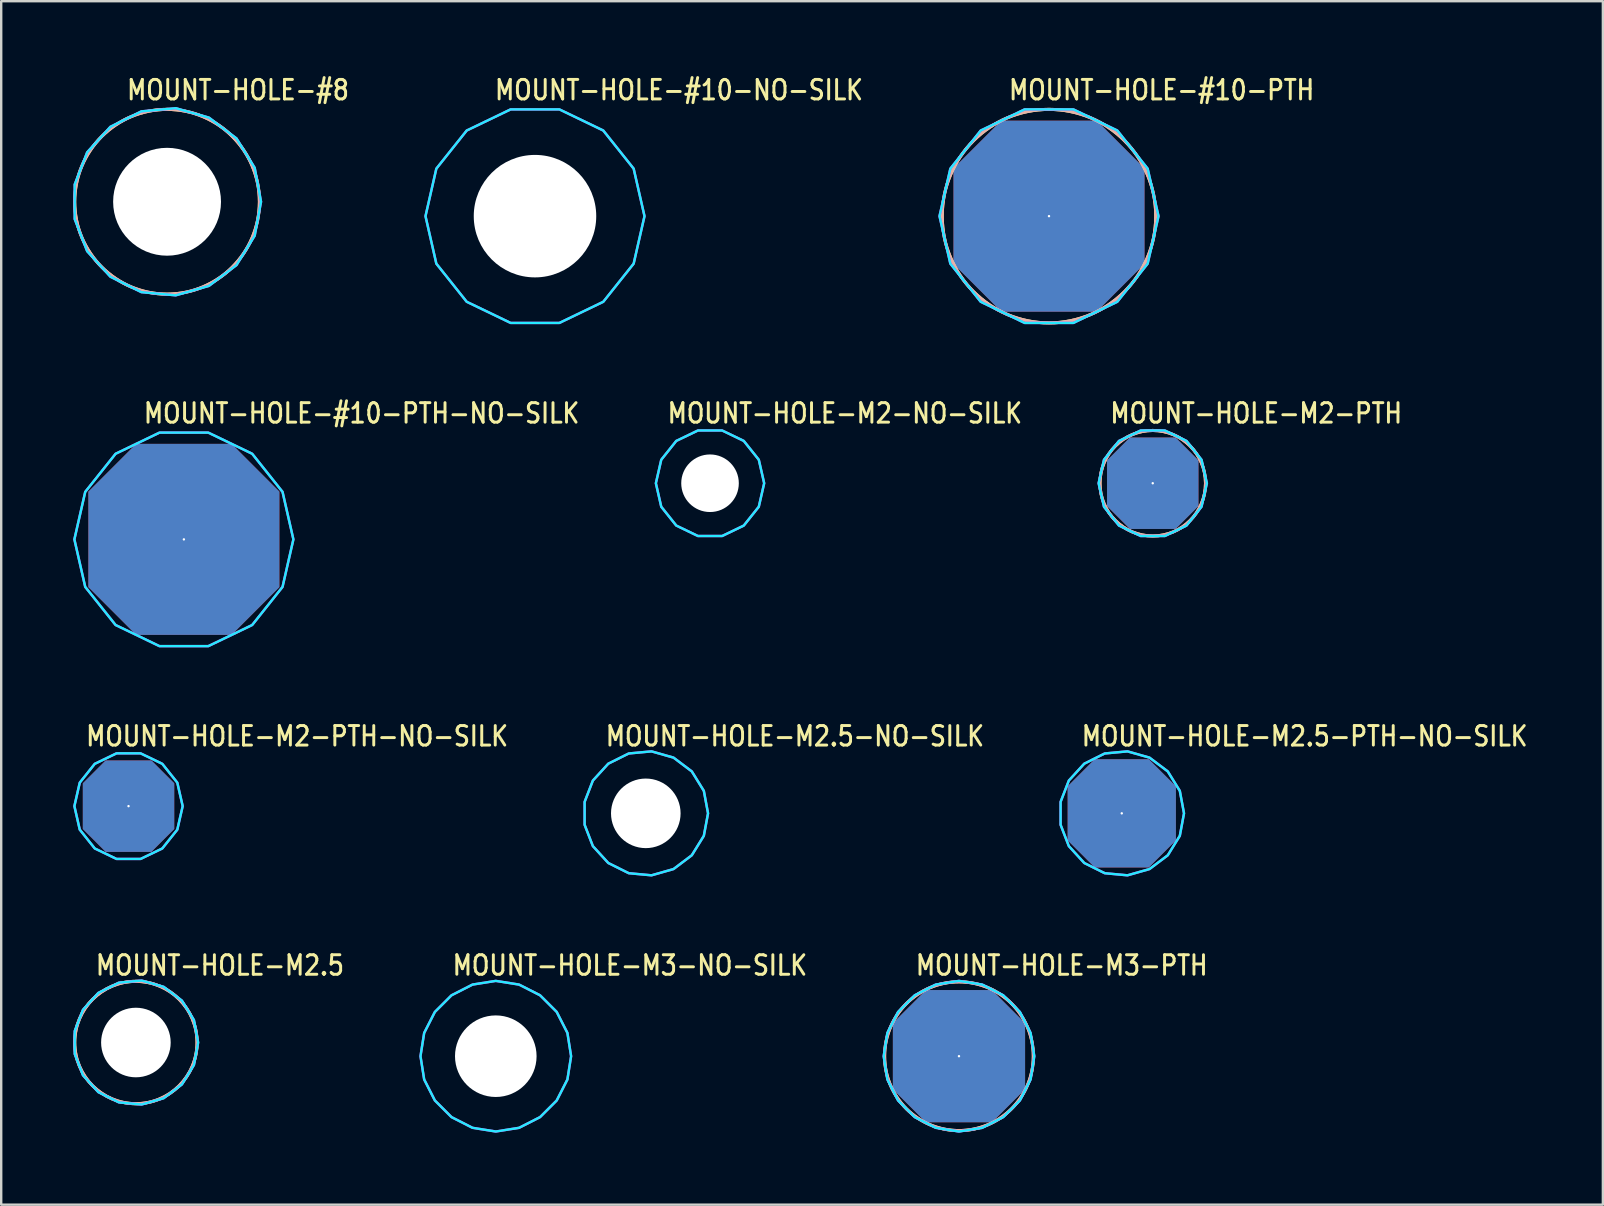
<source format=kicad_pcb>
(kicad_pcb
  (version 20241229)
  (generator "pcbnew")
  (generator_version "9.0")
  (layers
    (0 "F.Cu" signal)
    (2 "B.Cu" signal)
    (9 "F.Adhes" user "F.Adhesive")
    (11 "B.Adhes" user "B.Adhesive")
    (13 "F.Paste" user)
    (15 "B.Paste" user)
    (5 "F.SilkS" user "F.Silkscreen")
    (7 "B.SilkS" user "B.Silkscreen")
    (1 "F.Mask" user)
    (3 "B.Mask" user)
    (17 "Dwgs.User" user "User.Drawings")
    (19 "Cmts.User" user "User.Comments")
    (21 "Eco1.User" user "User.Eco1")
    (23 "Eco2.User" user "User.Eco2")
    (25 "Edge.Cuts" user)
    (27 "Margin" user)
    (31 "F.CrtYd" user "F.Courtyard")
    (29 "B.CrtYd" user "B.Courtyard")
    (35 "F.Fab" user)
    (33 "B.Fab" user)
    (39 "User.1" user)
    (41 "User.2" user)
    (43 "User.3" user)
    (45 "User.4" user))
  (footprint "MOUNT-HOLE-M2-PTH-NO-SILK"
    (layer "F.Cu")
    (at 2.307 30.549)
    (property "Reference" "MOUNT-HOLE-M2-PTH-NO-SILK" (at -1.84 -2.44 0) (unlocked yes) (layer "F.SilkS") (effects (font (size 0.813 0.695) (thickness 0.122)) (justify left bottom)))
    (fp_poly (pts (xy 2.257 0) (xy 2.033 -0.979) (xy 1.407 -1.764) (xy 0.502 -2.2) (xy -0.502 -2.2) (xy -1.407 -1.764) (xy -2.033 -0.979) (xy -2.257 0) (xy -2.033 0.979) (xy -1.407 1.764) (xy -0.502 2.2) (xy 0.502 2.2) (xy 1.407 1.764) (xy 2.033 0.979)) (stroke (width 0.1) (type solid)) (fill no) (layer "B.CrtYd"))
    (fp_poly (pts (xy 2.257 0) (xy 2.033 -0.979) (xy 1.407 -1.764) (xy 0.502 -2.2) (xy -0.502 -2.2) (xy -1.407 -1.764) (xy -2.033 -0.979) (xy -2.257 0) (xy -2.033 0.979) (xy -1.407 1.764) (xy -0.502 2.2) (xy 0.502 2.2) (xy 1.407 1.764) (xy 2.033 0.979)) (stroke (width 0.1) (type solid)) (fill no) (layer "F.CrtYd"))
    (pad "P$1" thru_hole custom (at 0 0) (size 0.1 0.1) (drill 2.4) (layers "*.Cu" "*.Mask") (options (anchor rect)) (primitives (gr_poly (pts (xy 1.9 0.95) (xy 0.95 1.9) (xy -0.95 1.9) (xy -1.9 0.95) (xy -1.9 -0.95) (xy -0.95 -1.9) (xy 0.95 -1.9) (xy 1.9 -0.95)) (width 0.01) (fill yes)))))
  (footprint "MOUNT-HOLE-M3-PTH"
    (layer "F.Cu")
    (at 36.919 40.971)
    (property "Reference" "MOUNT-HOLE-M3-PTH" (at -1.87 -3.31 0) (unlocked yes) (layer "F.SilkS") (effects (font (size 0.813 0.695) (thickness 0.122)) (justify left bottom)))
    (fp_circle (center 0 0) (end 3.1 0) (stroke (width 0.127) (type solid)) (fill no) (layer "F.SilkS"))
    (fp_circle (center 0 0) (end 3.1 0) (stroke (width 0.127) (type solid)) (fill no) (layer "B.SilkS"))
    (fp_poly (pts (xy 3.139 0) (xy 2.985 -0.97) (xy 2.539 -1.845) (xy 1.845 -2.539) (xy 0.97 -2.985) (xy 0 -3.139) (xy -0.97 -2.985) (xy -1.845 -2.539) (xy -2.539 -1.845) (xy -2.985 -0.97) (xy -3.139 0) (xy -2.985 0.97) (xy -2.539 1.845) (xy -1.845 2.539) (xy -0.97 2.985) (xy 0 3.139) (xy 0.97 2.985) (xy 1.845 2.539) (xy 2.539 1.845) (xy 2.985 0.97)) (stroke (width 0.1) (type solid)) (fill no) (layer "B.CrtYd"))
    (fp_poly (pts (xy 3.139 0) (xy 2.985 -0.97) (xy 2.539 -1.845) (xy 1.845 -2.539) (xy 0.97 -2.985) (xy 0 -3.139) (xy -0.97 -2.985) (xy -1.845 -2.539) (xy -2.539 -1.845) (xy -2.985 -0.97) (xy -3.139 0) (xy -2.985 0.97) (xy -2.539 1.845) (xy -1.845 2.539) (xy -0.97 2.985) (xy 0 3.139) (xy 0.97 2.985) (xy 1.845 2.539) (xy 2.539 1.845) (xy 2.985 0.97)) (stroke (width 0.1) (type solid)) (fill no) (layer "F.CrtYd"))
    (pad "P$1" thru_hole custom (at 0 0) (size 0.1 0.1) (drill 3.4) (layers "*.Cu" "*.Mask") (options (anchor rect)) (primitives (gr_poly (pts (xy 2.75 1.375) (xy 1.375 2.75) (xy -1.375 2.75) (xy -2.75 1.375) (xy -2.75 -1.375) (xy -1.375 -2.75) (xy 1.375 -2.75) (xy 2.75 -1.375)) (width 0.01) (fill yes)))))
  (footprint "MOUNT-HOLE-M2.5-PTH-NO-SILK"
    (layer "F.Cu")
    (at 43.704 30.849)
    (property "Reference" "MOUNT-HOLE-M2.5-PTH-NO-SILK" (at -1.74 -2.74 0) (unlocked yes) (layer "F.SilkS") (effects (font (size 0.813 0.695) (thickness 0.122)) (justify left bottom)))
    (fp_poly (pts (xy 2.594 0) (xy 2.419 -0.937) (xy 1.917 -1.748) (xy 1.156 -2.322) (xy 0.239 -2.583) (xy -0.71 -2.495) (xy -1.563 -2.07) (xy -2.206 -1.366) (xy -2.55 -0.477) (xy -2.55 0.477) (xy -2.206 1.366) (xy -1.563 2.07) (xy -0.71 2.495) (xy 0.239 2.583) (xy 1.156 2.322) (xy 1.917 1.748) (xy 2.419 0.937)) (stroke (width 0.1) (type solid)) (fill no) (layer "B.CrtYd"))
    (fp_poly (pts (xy 2.594 0) (xy 2.419 -0.937) (xy 1.917 -1.748) (xy 1.156 -2.322) (xy 0.239 -2.583) (xy -0.71 -2.495) (xy -1.563 -2.07) (xy -2.206 -1.366) (xy -2.55 -0.477) (xy -2.55 0.477) (xy -2.206 1.366) (xy -1.563 2.07) (xy -0.71 2.495) (xy 0.239 2.583) (xy 1.156 2.322) (xy 1.917 1.748) (xy 2.419 0.937)) (stroke (width 0.1) (type solid)) (fill no) (layer "F.CrtYd"))
    (pad "P$1" thru_hole custom (at 0 0) (size 0.1 0.1) (drill 2.9) (layers "*.Cu" "*.Mask") (options (anchor rect)) (primitives (gr_poly (pts (xy 2.25 1.125) (xy 1.125 2.25) (xy -1.125 2.25) (xy -2.25 1.125) (xy -2.25 -1.125) (xy -1.125 -2.25) (xy 1.125 -2.25) (xy 2.25 -1.125)) (width 0.01) (fill yes)))))
  (footprint "MOUNT-HOLE-M3-NO-SILK"
    (layer "F.Cu")
    (at 17.614 40.971)
    (property "Reference" "MOUNT-HOLE-M3-NO-SILK" (at -1.87 -3.31 0) (unlocked yes) (layer "F.SilkS") (effects (font (size 0.813 0.695) (thickness 0.122)) (justify left bottom)))
    (fp_circle (center 0 0) (end 2.95 0) (stroke (width 0) (type solid)) (fill yes) (layer "F.Mask"))
    (fp_circle (center 0 0) (end 3.1 0) (stroke (width 0) (type solid)) (fill yes) (layer "F.Mask"))
    (fp_circle (center 0 0) (end 3.1 0) (stroke (width 0) (type solid)) (fill yes) (layer "F.Mask"))
    (fp_circle (center 0 0) (end 2.95 0) (stroke (width 0) (type solid)) (fill yes) (layer "B.Mask"))
    (fp_circle (center 0 0) (end 3.1 0) (stroke (width 0) (type solid)) (fill yes) (layer "B.Mask"))
    (fp_poly (pts (xy 3.139 0) (xy 2.985 -0.97) (xy 2.539 -1.845) (xy 1.845 -2.539) (xy 0.97 -2.985) (xy 0 -3.139) (xy -0.97 -2.985) (xy -1.845 -2.539) (xy -2.539 -1.845) (xy -2.985 -0.97) (xy -3.139 0) (xy -2.985 0.97) (xy -2.539 1.845) (xy -1.845 2.539) (xy -0.97 2.985) (xy 0 3.139) (xy 0.97 2.985) (xy 1.845 2.539) (xy 2.539 1.845) (xy 2.985 0.97)) (stroke (width 0.1) (type solid)) (fill no) (layer "B.CrtYd"))
    (fp_poly (pts (xy 3.139 0) (xy 2.985 -0.97) (xy 2.539 -1.845) (xy 1.845 -2.539) (xy 0.97 -2.985) (xy 0 -3.139) (xy -0.97 -2.985) (xy -1.845 -2.539) (xy -2.539 -1.845) (xy -2.985 -0.97) (xy -3.139 0) (xy -2.985 0.97) (xy -2.539 1.845) (xy -1.845 2.539) (xy -0.97 2.985) (xy 0 3.139) (xy 0.97 2.985) (xy 1.845 2.539) (xy 2.539 1.845) (xy 2.985 0.97)) (stroke (width 0.1) (type solid)) (fill no) (layer "F.CrtYd"))
    (pad "" np_thru_hole circle (at 0 0) (size 3.4 3.4) (drill 3.4) (layers "*.Cu" "*.Mask")))
  (footprint "MOUNT-HOLE-M2.5-NO-SILK"
    (layer "F.Cu")
    (at 23.866 30.849)
    (property "Reference" "MOUNT-HOLE-M2.5-NO-SILK" (at -1.74 -2.74 0) (unlocked yes) (layer "F.SilkS") (effects (font (size 0.813 0.695) (thickness 0.122)) (justify left bottom)))
    (fp_circle (center 0 0) (end 2.4 0) (stroke (width 0) (type solid)) (fill yes) (layer "F.Mask"))
    (fp_circle (center 0 0) (end 2.55 0) (stroke (width 0) (type solid)) (fill yes) (layer "F.Mask"))
    (fp_circle (center 0 0) (end 2.55 0) (stroke (width 0) (type solid)) (fill yes) (layer "F.Mask"))
    (fp_circle (center 0 0) (end 2.4 0) (stroke (width 0) (type solid)) (fill yes) (layer "B.Mask"))
    (fp_circle (center 0 0) (end 2.55 0) (stroke (width 0) (type solid)) (fill yes) (layer "B.Mask"))
    (fp_poly (pts (xy 2.594 0) (xy 2.419 -0.937) (xy 1.917 -1.748) (xy 1.156 -2.322) (xy 0.239 -2.583) (xy -0.71 -2.495) (xy -1.563 -2.07) (xy -2.206 -1.366) (xy -2.55 -0.477) (xy -2.55 0.477) (xy -2.206 1.366) (xy -1.563 2.07) (xy -0.71 2.495) (xy 0.239 2.583) (xy 1.156 2.322) (xy 1.917 1.748) (xy 2.419 0.937)) (stroke (width 0.1) (type solid)) (fill no) (layer "B.CrtYd"))
    (fp_poly (pts (xy 2.594 0) (xy 2.419 -0.937) (xy 1.917 -1.748) (xy 1.156 -2.322) (xy 0.239 -2.583) (xy -0.71 -2.495) (xy -1.563 -2.07) (xy -2.206 -1.366) (xy -2.55 -0.477) (xy -2.55 0.477) (xy -2.206 1.366) (xy -1.563 2.07) (xy -0.71 2.495) (xy 0.239 2.583) (xy 1.156 2.322) (xy 1.917 1.748) (xy 2.419 0.937)) (stroke (width 0.1) (type solid)) (fill no) (layer "F.CrtYd"))
    (pad "" np_thru_hole circle (at 0 0) (size 2.9 2.9) (drill 2.9) (layers "*.Cu" "*.Mask")))
  (footprint "MOUNT-HOLE-#8"
    (layer "F.Cu")
    (at 3.913 5.359)
    (property "Reference" "MOUNT-HOLE-#8" (at -1.74 -4.18 0) (unlocked yes) (layer "F.SilkS") (effects (font (size 0.813 0.695) (thickness 0.122)) (justify left bottom)))
    (fp_circle (center 0 0) (end 3.683 0) (stroke (width 0) (type solid)) (fill yes) (layer "F.Mask"))
    (fp_circle (center 0 0) (end 3.85 0) (stroke (width 0) (type solid)) (fill yes) (layer "F.Mask"))
    (fp_circle (center 0 0) (end 3.85 0) (stroke (width 0) (type solid)) (fill yes) (layer "F.Mask"))
    (fp_circle (center 0 0) (end 3.683 0) (stroke (width 0) (type solid)) (fill yes) (layer "B.Mask"))
    (fp_circle (center 0 0) (end 3.85 0) (stroke (width 0) (type solid)) (fill yes) (layer "B.Mask"))
    (fp_circle (center 0 0) (end 3.85 0) (stroke (width 0.127) (type solid)) (fill no) (layer "F.SilkS"))
    (fp_circle (center 0 0) (end 3.85 0) (stroke (width 0.127) (type solid)) (fill no) (layer "B.SilkS"))
    (fp_poly (pts (xy 3.917 0) (xy 3.652 -1.415) (xy 2.894 -2.639) (xy 1.746 -3.506) (xy 0.361 -3.9) (xy -1.072 -3.767) (xy -2.36 -3.126) (xy -3.33 -2.062) (xy -3.85 -0.72) (xy -3.85 0.72) (xy -3.33 2.062) (xy -2.36 3.126) (xy -1.072 3.767) (xy 0.361 3.9) (xy 1.746 3.506) (xy 2.894 2.639) (xy 3.652 1.415)) (stroke (width 0.1) (type solid)) (fill no) (layer "B.CrtYd"))
    (fp_poly (pts (xy 3.917 0) (xy 3.652 -1.415) (xy 2.894 -2.639) (xy 1.746 -3.506) (xy 0.361 -3.9) (xy -1.072 -3.767) (xy -2.36 -3.126) (xy -3.33 -2.062) (xy -3.85 -0.72) (xy -3.85 0.72) (xy -3.33 2.062) (xy -2.36 3.126) (xy -1.072 3.767) (xy 0.361 3.9) (xy 1.746 3.506) (xy 2.894 2.639) (xy 3.652 1.415)) (stroke (width 0.1) (type solid)) (fill no) (layer "F.CrtYd"))
    (pad "" np_thru_hole circle (at 0 0) (size 4.496 4.496) (drill 4.496) (layers "*.Cu" "*.Mask")))
  (footprint "MOUNT-HOLE-M2-PTH"
    (layer "F.Cu")
    (at 44.995 17.091)
    (property "Reference" "MOUNT-HOLE-M2-PTH" (at -1.84 -2.44 0) (unlocked yes) (layer "F.SilkS") (effects (font (size 0.813 0.695) (thickness 0.122)) (justify left bottom)))
    (fp_circle (center 0 0) (end 2.2 0) (stroke (width 0.127) (type solid)) (fill no) (layer "F.SilkS"))
    (fp_circle (center 0 0) (end 2.2 0) (stroke (width 0.127) (type solid)) (fill no) (layer "B.SilkS"))
    (fp_poly (pts (xy 2.257 0) (xy 2.033 -0.979) (xy 1.407 -1.764) (xy 0.502 -2.2) (xy -0.502 -2.2) (xy -1.407 -1.764) (xy -2.033 -0.979) (xy -2.257 0) (xy -2.033 0.979) (xy -1.407 1.764) (xy -0.502 2.2) (xy 0.502 2.2) (xy 1.407 1.764) (xy 2.033 0.979)) (stroke (width 0.1) (type solid)) (fill no) (layer "B.CrtYd"))
    (fp_poly (pts (xy 2.257 0) (xy 2.033 -0.979) (xy 1.407 -1.764) (xy 0.502 -2.2) (xy -0.502 -2.2) (xy -1.407 -1.764) (xy -2.033 -0.979) (xy -2.257 0) (xy -2.033 0.979) (xy -1.407 1.764) (xy -0.502 2.2) (xy 0.502 2.2) (xy 1.407 1.764) (xy 2.033 0.979)) (stroke (width 0.1) (type solid)) (fill no) (layer "F.CrtYd"))
    (pad "P$1" thru_hole custom (at 0 0) (size 0.1 0.1) (drill 2.4) (layers "*.Cu" "*.Mask") (options (anchor rect)) (primitives (gr_poly (pts (xy 1.9 0.95) (xy 0.95 1.9) (xy -0.95 1.9) (xy -1.9 0.95) (xy -1.9 -0.95) (xy -0.95 -1.9) (xy 0.95 -1.9) (xy 1.9 -0.95)) (width 0.01) (fill yes)))))
  (footprint "MOUNT-HOLE-#10-PTH"
    (layer "F.Cu")
    (at 40.671 5.959)
    (property "Reference" "MOUNT-HOLE-#10-PTH" (at -1.74 -4.78 0) (unlocked yes) (layer "F.SilkS") (effects (font (size 0.813 0.695) (thickness 0.122)) (justify left bottom)))
    (fp_circle (center 0 0) (end 4.45 0) (stroke (width 0.127) (type solid)) (fill no) (layer "F.SilkS"))
    (fp_circle (center 0 0) (end 4.45 0) (stroke (width 0.127) (type solid)) (fill no) (layer "B.SilkS"))
    (fp_poly (pts (xy 4.564 0) (xy 4.112 -1.98) (xy 2.846 -3.569) (xy 1.016 -4.45) (xy -1.016 -4.45) (xy -2.846 -3.569) (xy -4.112 -1.98) (xy -4.564 0) (xy -4.112 1.98) (xy -2.846 3.569) (xy -1.016 4.45) (xy 1.016 4.45) (xy 2.846 3.569) (xy 4.112 1.98)) (stroke (width 0.1) (type solid)) (fill no) (layer "B.CrtYd"))
    (fp_poly (pts (xy 4.564 0) (xy 4.112 -1.98) (xy 2.846 -3.569) (xy 1.016 -4.45) (xy -1.016 -4.45) (xy -2.846 -3.569) (xy -4.112 -1.98) (xy -4.564 0) (xy -4.112 1.98) (xy -2.846 3.569) (xy -1.016 4.45) (xy 1.016 4.45) (xy 2.846 3.569) (xy 4.112 1.98)) (stroke (width 0.1) (type solid)) (fill no) (layer "F.CrtYd"))
    (pad "P$1" thru_hole custom (at 0 0) (size 0.1 0.1) (drill 5.105) (layers "*.Cu" "*.Mask") (options (anchor rect)) (primitives (gr_poly (pts (xy 3.975 1.988) (xy 1.988 3.975) (xy -1.988 3.975) (xy -3.975 1.988) (xy -3.975 -1.988) (xy -1.988 -3.975) (xy 1.988 -3.975) (xy 3.975 -1.988)) (width 0.01) (fill yes)))))
  (footprint "MOUNT-HOLE-#10-PTH-NO-SILK"
    (layer "F.Cu")
    (at 4.614 19.431)
    (property "Reference" "MOUNT-HOLE-#10-PTH-NO-SILK" (at -1.74 -4.78 0) (unlocked yes) (layer "F.SilkS") (effects (font (size 0.813 0.695) (thickness 0.122)) (justify left bottom)))
    (fp_poly (pts (xy 4.564 0) (xy 4.112 -1.98) (xy 2.846 -3.569) (xy 1.016 -4.45) (xy -1.016 -4.45) (xy -2.846 -3.569) (xy -4.112 -1.98) (xy -4.564 0) (xy -4.112 1.98) (xy -2.846 3.569) (xy -1.016 4.45) (xy 1.016 4.45) (xy 2.846 3.569) (xy 4.112 1.98)) (stroke (width 0.1) (type solid)) (fill no) (layer "B.CrtYd"))
    (fp_poly (pts (xy 4.564 0) (xy 4.112 -1.98) (xy 2.846 -3.569) (xy 1.016 -4.45) (xy -1.016 -4.45) (xy -2.846 -3.569) (xy -4.112 -1.98) (xy -4.564 0) (xy -4.112 1.98) (xy -2.846 3.569) (xy -1.016 4.45) (xy 1.016 4.45) (xy 2.846 3.569) (xy 4.112 1.98)) (stroke (width 0.1) (type solid)) (fill no) (layer "F.CrtYd"))
    (pad "P$1" thru_hole custom (at 0 0) (size 0.1 0.1) (drill 5.105) (layers "*.Cu" "*.Mask") (options (anchor rect)) (primitives (gr_poly (pts (xy 3.975 1.988) (xy 1.988 3.975) (xy -1.988 3.975) (xy -3.975 1.988) (xy -3.975 -1.988) (xy -1.988 -3.975) (xy 1.988 -3.975) (xy 3.975 -1.988)) (width 0.01) (fill yes)))))
  (footprint "MOUNT-HOLE-M2.5"
    (layer "F.Cu")
    (at 2.614 40.401)
    (property "Reference" "MOUNT-HOLE-M2.5" (at -1.74 -2.74 0) (unlocked yes) (layer "F.SilkS") (effects (font (size 0.813 0.695) (thickness 0.122)) (justify left bottom)))
    (fp_circle (center 0 0) (end 2.4 0) (stroke (width 0) (type solid)) (fill yes) (layer "F.Mask"))
    (fp_circle (center 0 0) (end 2.55 0) (stroke (width 0) (type solid)) (fill yes) (layer "F.Mask"))
    (fp_circle (center 0 0) (end 2.55 0) (stroke (width 0) (type solid)) (fill yes) (layer "F.Mask"))
    (fp_circle (center 0 0) (end 2.4 0) (stroke (width 0) (type solid)) (fill yes) (layer "B.Mask"))
    (fp_circle (center 0 0) (end 2.55 0) (stroke (width 0) (type solid)) (fill yes) (layer "B.Mask"))
    (fp_circle (center 0 0) (end 2.55 0) (stroke (width 0.127) (type solid)) (fill no) (layer "F.SilkS"))
    (fp_circle (center 0 0) (end 2.55 0) (stroke (width 0.127) (type solid)) (fill no) (layer "B.SilkS"))
    (fp_poly (pts (xy 2.594 0) (xy 2.419 -0.937) (xy 1.917 -1.748) (xy 1.156 -2.322) (xy 0.239 -2.583) (xy -0.71 -2.495) (xy -1.563 -2.07) (xy -2.206 -1.366) (xy -2.55 -0.477) (xy -2.55 0.477) (xy -2.206 1.366) (xy -1.563 2.07) (xy -0.71 2.495) (xy 0.239 2.583) (xy 1.156 2.322) (xy 1.917 1.748) (xy 2.419 0.937)) (stroke (width 0.1) (type solid)) (fill no) (layer "B.CrtYd"))
    (fp_poly (pts (xy 2.594 0) (xy 2.419 -0.937) (xy 1.917 -1.748) (xy 1.156 -2.322) (xy 0.239 -2.583) (xy -0.71 -2.495) (xy -1.563 -2.07) (xy -2.206 -1.366) (xy -2.55 -0.477) (xy -2.55 0.477) (xy -2.206 1.366) (xy -1.563 2.07) (xy -0.71 2.495) (xy 0.239 2.583) (xy 1.156 2.322) (xy 1.917 1.748) (xy 2.419 0.937)) (stroke (width 0.1) (type solid)) (fill no) (layer "F.CrtYd"))
    (pad "" np_thru_hole circle (at 0 0) (size 2.9 2.9) (drill 2.9) (layers "*.Cu" "*.Mask")))
  (footprint "MOUNT-HOLE-#10-NO-SILK"
    (layer "F.Cu")
    (at 19.248 5.959)
    (property "Reference" "MOUNT-HOLE-#10-NO-SILK" (at -1.74 -4.78 0) (unlocked yes) (layer "F.SilkS") (effects (font (size 0.813 0.695) (thickness 0.122)) (justify left bottom)))
    (fp_circle (center 0 0) (end 4.28 0) (stroke (width 0) (type solid)) (fill yes) (layer "F.Mask"))
    (fp_circle (center 0 0) (end 4.45 0) (stroke (width 0) (type solid)) (fill yes) (layer "F.Mask"))
    (fp_circle (center 0 0) (end 4.45 0) (stroke (width 0) (type solid)) (fill yes) (layer "F.Mask"))
    (fp_circle (center 0 0) (end 4.28 0) (stroke (width 0) (type solid)) (fill yes) (layer "B.Mask"))
    (fp_circle (center 0 0) (end 4.45 0) (stroke (width 0) (type solid)) (fill yes) (layer "B.Mask"))
    (fp_poly (pts (xy 4.564 0) (xy 4.112 -1.98) (xy 2.846 -3.569) (xy 1.016 -4.45) (xy -1.016 -4.45) (xy -2.846 -3.569) (xy -4.112 -1.98) (xy -4.564 0) (xy -4.112 1.98) (xy -2.846 3.569) (xy -1.016 4.45) (xy 1.016 4.45) (xy 2.846 3.569) (xy 4.112 1.98)) (stroke (width 0.1) (type solid)) (fill no) (layer "B.CrtYd"))
    (fp_poly (pts (xy 4.564 0) (xy 4.112 -1.98) (xy 2.846 -3.569) (xy 1.016 -4.45) (xy -1.016 -4.45) (xy -2.846 -3.569) (xy -4.112 -1.98) (xy -4.564 0) (xy -4.112 1.98) (xy -2.846 3.569) (xy -1.016 4.45) (xy 1.016 4.45) (xy 2.846 3.569) (xy 4.112 1.98)) (stroke (width 0.1) (type solid)) (fill no) (layer "F.CrtYd"))
    (pad "" np_thru_hole circle (at 0 0) (size 5.105 5.105) (drill 5.105) (layers "*.Cu" "*.Mask")))
  (footprint "MOUNT-HOLE-M2-NO-SILK"
    (layer "F.Cu")
    (at 26.543 17.091)
    (property "Reference" "MOUNT-HOLE-M2-NO-SILK" (at -1.84 -2.44 0) (unlocked yes) (layer "F.SilkS") (effects (font (size 0.813 0.695) (thickness 0.122)) (justify left bottom)))
    (fp_circle (center 0 0) (end 2.1 0) (stroke (width 0) (type solid)) (fill yes) (layer "F.Mask"))
    (fp_circle (center 0 0) (end 2.2 0) (stroke (width 0) (type solid)) (fill yes) (layer "F.Mask"))
    (fp_circle (center 0 0) (end 2.2 0) (stroke (width 0) (type solid)) (fill yes) (layer "F.Mask"))
    (fp_circle (center 0 0) (end 2.1 0) (stroke (width 0) (type solid)) (fill yes) (layer "B.Mask"))
    (fp_circle (center 0 0) (end 2.2 0) (stroke (width 0) (type solid)) (fill yes) (layer "B.Mask"))
    (fp_poly (pts (xy 2.257 0) (xy 2.033 -0.979) (xy 1.407 -1.764) (xy 0.502 -2.2) (xy -0.502 -2.2) (xy -1.407 -1.764) (xy -2.033 -0.979) (xy -2.257 0) (xy -2.033 0.979) (xy -1.407 1.764) (xy -0.502 2.2) (xy 0.502 2.2) (xy 1.407 1.764) (xy 2.033 0.979)) (stroke (width 0.1) (type solid)) (fill no) (layer "B.CrtYd"))
    (fp_poly (pts (xy 2.257 0) (xy 2.033 -0.979) (xy 1.407 -1.764) (xy 0.502 -2.2) (xy -0.502 -2.2) (xy -1.407 -1.764) (xy -2.033 -0.979) (xy -2.257 0) (xy -2.033 0.979) (xy -1.407 1.764) (xy -0.502 2.2) (xy 0.502 2.2) (xy 1.407 1.764) (xy 2.033 0.979)) (stroke (width 0.1) (type solid)) (fill no) (layer "F.CrtYd"))
    (pad "" np_thru_hole circle (at 0 0) (size 2.4 2.4) (drill 2.4) (layers "*.Cu" "*.Mask")))
  (gr_rect
    (start -3 -3)
    (end 63.756 47.159)
    (stroke (width 0.1) (type default))
    (fill no)
    (layer "Edge.Cuts")))
</source>
